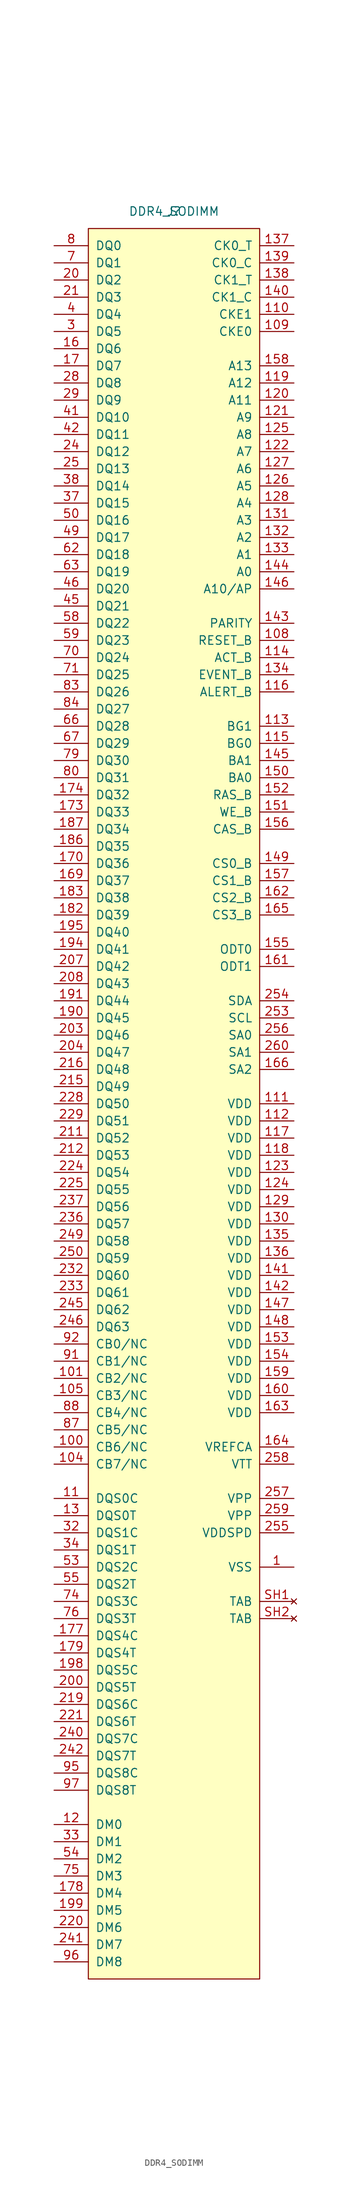
<source format=kicad_sym>
(kicad_symbol_lib
  (version 20220914)
  (generator kicad_symbol_editor)
  (symbol "DDR4_SODIMM"
    (pin_names
      (offset 1.016))
    (property "Reference" "J"
      (at 0 0 0)
      (effects (font (size 1.27 1.27))))
    (property "Value" "DDR4_SODIMM"
      (at 0 0 0)
      (effects (font (size 1.27 1.27))))
    (symbol "DDR4_SODIMM_0_1"
      (rectangle (start -12.7 -2.54) (end 12.7 -261.62) (stroke (width 0) (type default)) (fill (type background))))
    (symbol "DDR4_SODIMM_1_1"
      (pin power_in line (at 17.78 -200.66 180) (length 5.08) (name "VSS" (effects (font (size 1.27 1.27)))) (number "1" (effects (font (size 1.27 1.27)))))
      (pin power_in line (at 17.78 -200.66 180) (length 5.08) hide (name "VSS" (effects (font (size 1.27 1.27)))) (number "10" (effects (font (size 1.27 1.27)))))
      (pin bidirectional line (at -17.78 -182.88 0) (length 5.08) (name "CB6/NC" (effects (font (size 1.27 1.27)))) (number "100" (effects (font (size 1.27 1.27)))))
      (pin bidirectional line (at -17.78 -172.72 0) (length 5.08) (name "CB2/NC" (effects (font (size 1.27 1.27)))) (number "101" (effects (font (size 1.27 1.27)))))
      (pin power_in line (at 17.78 -200.66 180) (length 5.08) hide (name "VSS" (effects (font (size 1.27 1.27)))) (number "102" (effects (font (size 1.27 1.27)))))
      (pin power_in line (at 17.78 -200.66 180) (length 5.08) hide (name "VSS" (effects (font (size 1.27 1.27)))) (number "103" (effects (font (size 1.27 1.27)))))
      (pin bidirectional line (at -17.78 -185.42 0) (length 5.08) (name "CB7/NC" (effects (font (size 1.27 1.27)))) (number "104" (effects (font (size 1.27 1.27)))))
      (pin bidirectional line (at -17.78 -175.26 0) (length 5.08) (name "CB3/NC" (effects (font (size 1.27 1.27)))) (number "105" (effects (font (size 1.27 1.27)))))
      (pin power_in line (at 17.78 -200.66 180) (length 5.08) hide (name "VSS" (effects (font (size 1.27 1.27)))) (number "106" (effects (font (size 1.27 1.27)))))
      (pin power_in line (at 17.78 -200.66 180) (length 5.08) hide (name "VSS" (effects (font (size 1.27 1.27)))) (number "107" (effects (font (size 1.27 1.27)))))
      (pin input line (at 17.78 -63.5 180) (length 5.08) (name "RESET_B" (effects (font (size 1.27 1.27)))) (number "108" (effects (font (size 1.27 1.27)))))
      (pin input line (at 17.78 -17.78 180) (length 5.08) (name "CKE0" (effects (font (size 1.27 1.27)))) (number "109" (effects (font (size 1.27 1.27)))))
      (pin bidirectional line (at -17.78 -190.5 0) (length 5.08) (name "DQS0C" (effects (font (size 1.27 1.27)))) (number "11" (effects (font (size 1.27 1.27)))))
      (pin input line (at 17.78 -15.24 180) (length 5.08) (name "CKE1" (effects (font (size 1.27 1.27)))) (number "110" (effects (font (size 1.27 1.27)))))
      (pin power_in line (at 17.78 -132.08 180) (length 5.08) (name "VDD" (effects (font (size 1.27 1.27)))) (number "111" (effects (font (size 1.27 1.27)))))
      (pin power_in line (at 17.78 -134.62 180) (length 5.08) (name "VDD" (effects (font (size 1.27 1.27)))) (number "112" (effects (font (size 1.27 1.27)))))
      (pin input line (at 17.78 -76.2 180) (length 5.08) (name "BG1" (effects (font (size 1.27 1.27)))) (number "113" (effects (font (size 1.27 1.27)))))
      (pin input line (at 17.78 -66.04 180) (length 5.08) (name "ACT_B" (effects (font (size 1.27 1.27)))) (number "114" (effects (font (size 1.27 1.27)))))
      (pin input line (at 17.78 -78.74 180) (length 5.08) (name "BG0" (effects (font (size 1.27 1.27)))) (number "115" (effects (font (size 1.27 1.27)))))
      (pin input line (at 17.78 -71.12 180) (length 5.08) (name "ALERT_B" (effects (font (size 1.27 1.27)))) (number "116" (effects (font (size 1.27 1.27)))))
      (pin power_in line (at 17.78 -137.16 180) (length 5.08) (name "VDD" (effects (font (size 1.27 1.27)))) (number "117" (effects (font (size 1.27 1.27)))))
      (pin power_in line (at 17.78 -139.7 180) (length 5.08) (name "VDD" (effects (font (size 1.27 1.27)))) (number "118" (effects (font (size 1.27 1.27)))))
      (pin input line (at 17.78 -25.4 180) (length 5.08) (name "A12" (effects (font (size 1.27 1.27)))) (number "119" (effects (font (size 1.27 1.27)))))
      (pin input line (at -17.78 -238.76 0) (length 5.08) (name "DM0" (effects (font (size 1.27 1.27)))) (number "12" (effects (font (size 1.27 1.27)))))
      (pin input line (at 17.78 -27.94 180) (length 5.08) (name "A11" (effects (font (size 1.27 1.27)))) (number "120" (effects (font (size 1.27 1.27)))))
      (pin input line (at 17.78 -30.48 180) (length 5.08) (name "A9" (effects (font (size 1.27 1.27)))) (number "121" (effects (font (size 1.27 1.27)))))
      (pin input line (at 17.78 -35.56 180) (length 5.08) (name "A7" (effects (font (size 1.27 1.27)))) (number "122" (effects (font (size 1.27 1.27)))))
      (pin power_in line (at 17.78 -142.24 180) (length 5.08) (name "VDD" (effects (font (size 1.27 1.27)))) (number "123" (effects (font (size 1.27 1.27)))))
      (pin power_in line (at 17.78 -144.78 180) (length 5.08) (name "VDD" (effects (font (size 1.27 1.27)))) (number "124" (effects (font (size 1.27 1.27)))))
      (pin input line (at 17.78 -33.02 180) (length 5.08) (name "A8" (effects (font (size 1.27 1.27)))) (number "125" (effects (font (size 1.27 1.27)))))
      (pin input line (at 17.78 -40.64 180) (length 5.08) (name "A5" (effects (font (size 1.27 1.27)))) (number "126" (effects (font (size 1.27 1.27)))))
      (pin input line (at 17.78 -38.1 180) (length 5.08) (name "A6" (effects (font (size 1.27 1.27)))) (number "127" (effects (font (size 1.27 1.27)))))
      (pin input line (at 17.78 -43.18 180) (length 5.08) (name "A4" (effects (font (size 1.27 1.27)))) (number "128" (effects (font (size 1.27 1.27)))))
      (pin power_in line (at 17.78 -147.32 180) (length 5.08) (name "VDD" (effects (font (size 1.27 1.27)))) (number "129" (effects (font (size 1.27 1.27)))))
      (pin bidirectional line (at -17.78 -193.04 0) (length 5.08) (name "DQS0T" (effects (font (size 1.27 1.27)))) (number "13" (effects (font (size 1.27 1.27)))))
      (pin power_in line (at 17.78 -149.86 180) (length 5.08) (name "VDD" (effects (font (size 1.27 1.27)))) (number "130" (effects (font (size 1.27 1.27)))))
      (pin input line (at 17.78 -45.72 180) (length 5.08) (name "A3" (effects (font (size 1.27 1.27)))) (number "131" (effects (font (size 1.27 1.27)))))
      (pin input line (at 17.78 -48.26 180) (length 5.08) (name "A2" (effects (font (size 1.27 1.27)))) (number "132" (effects (font (size 1.27 1.27)))))
      (pin input line (at 17.78 -50.8 180) (length 5.08) (name "A1" (effects (font (size 1.27 1.27)))) (number "133" (effects (font (size 1.27 1.27)))))
      (pin input line (at 17.78 -68.58 180) (length 5.08) (name "EVENT_B" (effects (font (size 1.27 1.27)))) (number "134" (effects (font (size 1.27 1.27)))))
      (pin power_in line (at 17.78 -152.4 180) (length 5.08) (name "VDD" (effects (font (size 1.27 1.27)))) (number "135" (effects (font (size 1.27 1.27)))))
      (pin power_in line (at 17.78 -154.94 180) (length 5.08) (name "VDD" (effects (font (size 1.27 1.27)))) (number "136" (effects (font (size 1.27 1.27)))))
      (pin input line (at 17.78 -5.08 180) (length 5.08) (name "CK0_T" (effects (font (size 1.27 1.27)))) (number "137" (effects (font (size 1.27 1.27)))))
      (pin input line (at 17.78 -10.16 180) (length 5.08) (name "CK1_T" (effects (font (size 1.27 1.27)))) (number "138" (effects (font (size 1.27 1.27)))))
      (pin input line (at 17.78 -7.62 180) (length 5.08) (name "CK0_C" (effects (font (size 1.27 1.27)))) (number "139" (effects (font (size 1.27 1.27)))))
      (pin power_in line (at 17.78 -200.66 180) (length 5.08) hide (name "VSS" (effects (font (size 1.27 1.27)))) (number "14" (effects (font (size 1.27 1.27)))))
      (pin input line (at 17.78 -12.7 180) (length 5.08) (name "CK1_C" (effects (font (size 1.27 1.27)))) (number "140" (effects (font (size 1.27 1.27)))))
      (pin power_in line (at 17.78 -157.48 180) (length 5.08) (name "VDD" (effects (font (size 1.27 1.27)))) (number "141" (effects (font (size 1.27 1.27)))))
      (pin power_in line (at 17.78 -160.02 180) (length 5.08) (name "VDD" (effects (font (size 1.27 1.27)))) (number "142" (effects (font (size 1.27 1.27)))))
      (pin input line (at 17.78 -60.96 180) (length 5.08) (name "PARITY" (effects (font (size 1.27 1.27)))) (number "143" (effects (font (size 1.27 1.27)))))
      (pin input line (at 17.78 -53.34 180) (length 5.08) (name "A0" (effects (font (size 1.27 1.27)))) (number "144" (effects (font (size 1.27 1.27)))))
      (pin input line (at 17.78 -81.28 180) (length 5.08) (name "BA1" (effects (font (size 1.27 1.27)))) (number "145" (effects (font (size 1.27 1.27)))))
      (pin input line (at 17.78 -55.88 180) (length 5.08) (name "A10/AP" (effects (font (size 1.27 1.27)))) (number "146" (effects (font (size 1.27 1.27)))))
      (pin power_in line (at 17.78 -162.56 180) (length 5.08) (name "VDD" (effects (font (size 1.27 1.27)))) (number "147" (effects (font (size 1.27 1.27)))))
      (pin power_in line (at 17.78 -165.1 180) (length 5.08) (name "VDD" (effects (font (size 1.27 1.27)))) (number "148" (effects (font (size 1.27 1.27)))))
      (pin input line (at 17.78 -96.52 180) (length 5.08) (name "CS0_B" (effects (font (size 1.27 1.27)))) (number "149" (effects (font (size 1.27 1.27)))))
      (pin power_in line (at 17.78 -200.66 180) (length 5.08) hide (name "VSS" (effects (font (size 1.27 1.27)))) (number "15" (effects (font (size 1.27 1.27)))))
      (pin input line (at 17.78 -83.82 180) (length 5.08) (name "BA0" (effects (font (size 1.27 1.27)))) (number "150" (effects (font (size 1.27 1.27)))))
      (pin input line (at 17.78 -88.9 180) (length 5.08) (name "WE_B" (effects (font (size 1.27 1.27)))) (number "151" (effects (font (size 1.27 1.27)))))
      (pin input line (at 17.78 -86.36 180) (length 5.08) (name "RAS_B" (effects (font (size 1.27 1.27)))) (number "152" (effects (font (size 1.27 1.27)))))
      (pin power_in line (at 17.78 -167.64 180) (length 5.08) (name "VDD" (effects (font (size 1.27 1.27)))) (number "153" (effects (font (size 1.27 1.27)))))
      (pin power_in line (at 17.78 -170.18 180) (length 5.08) (name "VDD" (effects (font (size 1.27 1.27)))) (number "154" (effects (font (size 1.27 1.27)))))
      (pin input line (at 17.78 -109.22 180) (length 5.08) (name "ODT0" (effects (font (size 1.27 1.27)))) (number "155" (effects (font (size 1.27 1.27)))))
      (pin input line (at 17.78 -91.44 180) (length 5.08) (name "CAS_B" (effects (font (size 1.27 1.27)))) (number "156" (effects (font (size 1.27 1.27)))))
      (pin input line (at 17.78 -99.06 180) (length 5.08) (name "CS1_B" (effects (font (size 1.27 1.27)))) (number "157" (effects (font (size 1.27 1.27)))))
      (pin input line (at 17.78 -22.86 180) (length 5.08) (name "A13" (effects (font (size 1.27 1.27)))) (number "158" (effects (font (size 1.27 1.27)))))
      (pin power_in line (at 17.78 -172.72 180) (length 5.08) (name "VDD" (effects (font (size 1.27 1.27)))) (number "159" (effects (font (size 1.27 1.27)))))
      (pin bidirectional line (at -17.78 -20.32 0) (length 5.08) (name "DQ6" (effects (font (size 1.27 1.27)))) (number "16" (effects (font (size 1.27 1.27)))))
      (pin power_in line (at 17.78 -175.26 180) (length 5.08) (name "VDD" (effects (font (size 1.27 1.27)))) (number "160" (effects (font (size 1.27 1.27)))))
      (pin input line (at 17.78 -111.76 180) (length 5.08) (name "ODT1" (effects (font (size 1.27 1.27)))) (number "161" (effects (font (size 1.27 1.27)))))
      (pin input line (at 17.78 -101.6 180) (length 5.08) (name "CS2_B" (effects (font (size 1.27 1.27)))) (number "162" (effects (font (size 1.27 1.27)))))
      (pin power_in line (at 17.78 -177.8 180) (length 5.08) (name "VDD" (effects (font (size 1.27 1.27)))) (number "163" (effects (font (size 1.27 1.27)))))
      (pin power_in line (at 17.78 -182.88 180) (length 5.08) (name "VREFCA" (effects (font (size 1.27 1.27)))) (number "164" (effects (font (size 1.27 1.27)))))
      (pin input line (at 17.78 -104.14 180) (length 5.08) (name "CS3_B" (effects (font (size 1.27 1.27)))) (number "165" (effects (font (size 1.27 1.27)))))
      (pin bidirectional line (at 17.78 -127 180) (length 5.08) (name "SA2" (effects (font (size 1.27 1.27)))) (number "166" (effects (font (size 1.27 1.27)))))
      (pin power_in line (at 17.78 -200.66 180) (length 5.08) hide (name "VSS" (effects (font (size 1.27 1.27)))) (number "167" (effects (font (size 1.27 1.27)))))
      (pin power_in line (at 17.78 -200.66 180) (length 5.08) hide (name "VSS" (effects (font (size 1.27 1.27)))) (number "168" (effects (font (size 1.27 1.27)))))
      (pin bidirectional line (at -17.78 -99.06 0) (length 5.08) (name "DQ37" (effects (font (size 1.27 1.27)))) (number "169" (effects (font (size 1.27 1.27)))))
      (pin bidirectional line (at -17.78 -22.86 0) (length 5.08) (name "DQ7" (effects (font (size 1.27 1.27)))) (number "17" (effects (font (size 1.27 1.27)))))
      (pin bidirectional line (at -17.78 -96.52 0) (length 5.08) (name "DQ36" (effects (font (size 1.27 1.27)))) (number "170" (effects (font (size 1.27 1.27)))))
      (pin power_in line (at 17.78 -200.66 180) (length 5.08) hide (name "VSS" (effects (font (size 1.27 1.27)))) (number "171" (effects (font (size 1.27 1.27)))))
      (pin power_in line (at 17.78 -200.66 180) (length 5.08) hide (name "VSS" (effects (font (size 1.27 1.27)))) (number "172" (effects (font (size 1.27 1.27)))))
      (pin bidirectional line (at -17.78 -88.9 0) (length 5.08) (name "DQ33" (effects (font (size 1.27 1.27)))) (number "173" (effects (font (size 1.27 1.27)))))
      (pin bidirectional line (at -17.78 -86.36 0) (length 5.08) (name "DQ32" (effects (font (size 1.27 1.27)))) (number "174" (effects (font (size 1.27 1.27)))))
      (pin power_in line (at 17.78 -200.66 180) (length 5.08) hide (name "VSS" (effects (font (size 1.27 1.27)))) (number "175" (effects (font (size 1.27 1.27)))))
      (pin power_in line (at 17.78 -200.66 180) (length 5.08) hide (name "VSS" (effects (font (size 1.27 1.27)))) (number "176" (effects (font (size 1.27 1.27)))))
      (pin bidirectional line (at -17.78 -210.82 0) (length 5.08) (name "DQS4C" (effects (font (size 1.27 1.27)))) (number "177" (effects (font (size 1.27 1.27)))))
      (pin input line (at -17.78 -248.92 0) (length 5.08) (name "DM4" (effects (font (size 1.27 1.27)))) (number "178" (effects (font (size 1.27 1.27)))))
      (pin bidirectional line (at -17.78 -213.36 0) (length 5.08) (name "DQS4T" (effects (font (size 1.27 1.27)))) (number "179" (effects (font (size 1.27 1.27)))))
      (pin power_in line (at 17.78 -200.66 180) (length 5.08) hide (name "VSS" (effects (font (size 1.27 1.27)))) (number "18" (effects (font (size 1.27 1.27)))))
      (pin power_in line (at 17.78 -200.66 180) (length 5.08) hide (name "VSS" (effects (font (size 1.27 1.27)))) (number "180" (effects (font (size 1.27 1.27)))))
      (pin power_in line (at 17.78 -200.66 180) (length 5.08) hide (name "VSS" (effects (font (size 1.27 1.27)))) (number "181" (effects (font (size 1.27 1.27)))))
      (pin bidirectional line (at -17.78 -104.14 0) (length 5.08) (name "DQ39" (effects (font (size 1.27 1.27)))) (number "182" (effects (font (size 1.27 1.27)))))
      (pin bidirectional line (at -17.78 -101.6 0) (length 5.08) (name "DQ38" (effects (font (size 1.27 1.27)))) (number "183" (effects (font (size 1.27 1.27)))))
      (pin power_in line (at 17.78 -200.66 180) (length 5.08) hide (name "VSS" (effects (font (size 1.27 1.27)))) (number "184" (effects (font (size 1.27 1.27)))))
      (pin power_in line (at 17.78 -200.66 180) (length 5.08) hide (name "VSS" (effects (font (size 1.27 1.27)))) (number "185" (effects (font (size 1.27 1.27)))))
      (pin bidirectional line (at -17.78 -93.98 0) (length 5.08) (name "DQ35" (effects (font (size 1.27 1.27)))) (number "186" (effects (font (size 1.27 1.27)))))
      (pin bidirectional line (at -17.78 -91.44 0) (length 5.08) (name "DQ34" (effects (font (size 1.27 1.27)))) (number "187" (effects (font (size 1.27 1.27)))))
      (pin power_in line (at 17.78 -200.66 180) (length 5.08) hide (name "VSS" (effects (font (size 1.27 1.27)))) (number "188" (effects (font (size 1.27 1.27)))))
      (pin power_in line (at 17.78 -200.66 180) (length 5.08) hide (name "VSS" (effects (font (size 1.27 1.27)))) (number "189" (effects (font (size 1.27 1.27)))))
      (pin power_in line (at 17.78 -200.66 180) (length 5.08) hide (name "VSS" (effects (font (size 1.27 1.27)))) (number "19" (effects (font (size 1.27 1.27)))))
      (pin bidirectional line (at -17.78 -119.38 0) (length 5.08) (name "DQ45" (effects (font (size 1.27 1.27)))) (number "190" (effects (font (size 1.27 1.27)))))
      (pin bidirectional line (at -17.78 -116.84 0) (length 5.08) (name "DQ44" (effects (font (size 1.27 1.27)))) (number "191" (effects (font (size 1.27 1.27)))))
      (pin power_in line (at 17.78 -200.66 180) (length 5.08) hide (name "VSS" (effects (font (size 1.27 1.27)))) (number "192" (effects (font (size 1.27 1.27)))))
      (pin power_in line (at 17.78 -200.66 180) (length 5.08) hide (name "VSS" (effects (font (size 1.27 1.27)))) (number "193" (effects (font (size 1.27 1.27)))))
      (pin bidirectional line (at -17.78 -109.22 0) (length 5.08) (name "DQ41" (effects (font (size 1.27 1.27)))) (number "194" (effects (font (size 1.27 1.27)))))
      (pin bidirectional line (at -17.78 -106.68 0) (length 5.08) (name "DQ40" (effects (font (size 1.27 1.27)))) (number "195" (effects (font (size 1.27 1.27)))))
      (pin power_in line (at 17.78 -200.66 180) (length 5.08) hide (name "VSS" (effects (font (size 1.27 1.27)))) (number "196" (effects (font (size 1.27 1.27)))))
      (pin power_in line (at 17.78 -200.66 180) (length 5.08) hide (name "VSS" (effects (font (size 1.27 1.27)))) (number "197" (effects (font (size 1.27 1.27)))))
      (pin bidirectional line (at -17.78 -215.9 0) (length 5.08) (name "DQS5C" (effects (font (size 1.27 1.27)))) (number "198" (effects (font (size 1.27 1.27)))))
      (pin input line (at -17.78 -251.46 0) (length 5.08) (name "DM5" (effects (font (size 1.27 1.27)))) (number "199" (effects (font (size 1.27 1.27)))))
      (pin power_in line (at 17.78 -200.66 180) (length 5.08) hide (name "VSS" (effects (font (size 1.27 1.27)))) (number "2" (effects (font (size 1.27 1.27)))))
      (pin bidirectional line (at -17.78 -10.16 0) (length 5.08) (name "DQ2" (effects (font (size 1.27 1.27)))) (number "20" (effects (font (size 1.27 1.27)))))
      (pin bidirectional line (at -17.78 -218.44 0) (length 5.08) (name "DQS5T" (effects (font (size 1.27 1.27)))) (number "200" (effects (font (size 1.27 1.27)))))
      (pin power_in line (at 17.78 -200.66 180) (length 5.08) hide (name "VSS" (effects (font (size 1.27 1.27)))) (number "201" (effects (font (size 1.27 1.27)))))
      (pin power_in line (at 17.78 -200.66 180) (length 5.08) hide (name "VSS" (effects (font (size 1.27 1.27)))) (number "202" (effects (font (size 1.27 1.27)))))
      (pin bidirectional line (at -17.78 -121.92 0) (length 5.08) (name "DQ46" (effects (font (size 1.27 1.27)))) (number "203" (effects (font (size 1.27 1.27)))))
      (pin bidirectional line (at -17.78 -124.46 0) (length 5.08) (name "DQ47" (effects (font (size 1.27 1.27)))) (number "204" (effects (font (size 1.27 1.27)))))
      (pin power_in line (at 17.78 -200.66 180) (length 5.08) hide (name "VSS" (effects (font (size 1.27 1.27)))) (number "205" (effects (font (size 1.27 1.27)))))
      (pin power_in line (at 17.78 -200.66 180) (length 5.08) hide (name "VSS" (effects (font (size 1.27 1.27)))) (number "206" (effects (font (size 1.27 1.27)))))
      (pin bidirectional line (at -17.78 -111.76 0) (length 5.08) (name "DQ42" (effects (font (size 1.27 1.27)))) (number "207" (effects (font (size 1.27 1.27)))))
      (pin bidirectional line (at -17.78 -114.3 0) (length 5.08) (name "DQ43" (effects (font (size 1.27 1.27)))) (number "208" (effects (font (size 1.27 1.27)))))
      (pin power_in line (at 17.78 -200.66 180) (length 5.08) hide (name "VSS" (effects (font (size 1.27 1.27)))) (number "209" (effects (font (size 1.27 1.27)))))
      (pin bidirectional line (at -17.78 -12.7 0) (length 5.08) (name "DQ3" (effects (font (size 1.27 1.27)))) (number "21" (effects (font (size 1.27 1.27)))))
      (pin power_in line (at 17.78 -200.66 180) (length 5.08) hide (name "VSS" (effects (font (size 1.27 1.27)))) (number "210" (effects (font (size 1.27 1.27)))))
      (pin bidirectional line (at -17.78 -137.16 0) (length 5.08) (name "DQ52" (effects (font (size 1.27 1.27)))) (number "211" (effects (font (size 1.27 1.27)))))
      (pin bidirectional line (at -17.78 -139.7 0) (length 5.08) (name "DQ53" (effects (font (size 1.27 1.27)))) (number "212" (effects (font (size 1.27 1.27)))))
      (pin power_in line (at 17.78 -200.66 180) (length 5.08) hide (name "VSS" (effects (font (size 1.27 1.27)))) (number "213" (effects (font (size 1.27 1.27)))))
      (pin power_in line (at 17.78 -200.66 180) (length 5.08) hide (name "VSS" (effects (font (size 1.27 1.27)))) (number "214" (effects (font (size 1.27 1.27)))))
      (pin bidirectional line (at -17.78 -129.54 0) (length 5.08) (name "DQ49" (effects (font (size 1.27 1.27)))) (number "215" (effects (font (size 1.27 1.27)))))
      (pin bidirectional line (at -17.78 -127 0) (length 5.08) (name "DQ48" (effects (font (size 1.27 1.27)))) (number "216" (effects (font (size 1.27 1.27)))))
      (pin power_in line (at 17.78 -200.66 180) (length 5.08) hide (name "VSS" (effects (font (size 1.27 1.27)))) (number "217" (effects (font (size 1.27 1.27)))))
      (pin power_in line (at 17.78 -200.66 180) (length 5.08) hide (name "VSS" (effects (font (size 1.27 1.27)))) (number "218" (effects (font (size 1.27 1.27)))))
      (pin bidirectional line (at -17.78 -220.98 0) (length 5.08) (name "DQS6C" (effects (font (size 1.27 1.27)))) (number "219" (effects (font (size 1.27 1.27)))))
      (pin power_in line (at 17.78 -200.66 180) (length 5.08) hide (name "VSS" (effects (font (size 1.27 1.27)))) (number "22" (effects (font (size 1.27 1.27)))))
      (pin input line (at -17.78 -254 0) (length 5.08) (name "DM6" (effects (font (size 1.27 1.27)))) (number "220" (effects (font (size 1.27 1.27)))))
      (pin bidirectional line (at -17.78 -223.52 0) (length 5.08) (name "DQS6T" (effects (font (size 1.27 1.27)))) (number "221" (effects (font (size 1.27 1.27)))))
      (pin power_in line (at 17.78 -200.66 180) (length 5.08) hide (name "VSS" (effects (font (size 1.27 1.27)))) (number "222" (effects (font (size 1.27 1.27)))))
      (pin power_in line (at 17.78 -200.66 180) (length 5.08) hide (name "VSS" (effects (font (size 1.27 1.27)))) (number "223" (effects (font (size 1.27 1.27)))))
      (pin bidirectional line (at -17.78 -142.24 0) (length 5.08) (name "DQ54" (effects (font (size 1.27 1.27)))) (number "224" (effects (font (size 1.27 1.27)))))
      (pin bidirectional line (at -17.78 -144.78 0) (length 5.08) (name "DQ55" (effects (font (size 1.27 1.27)))) (number "225" (effects (font (size 1.27 1.27)))))
      (pin power_in line (at 17.78 -200.66 180) (length 5.08) hide (name "VSS" (effects (font (size 1.27 1.27)))) (number "226" (effects (font (size 1.27 1.27)))))
      (pin power_in line (at 17.78 -200.66 180) (length 5.08) hide (name "VSS" (effects (font (size 1.27 1.27)))) (number "227" (effects (font (size 1.27 1.27)))))
      (pin bidirectional line (at -17.78 -132.08 0) (length 5.08) (name "DQ50" (effects (font (size 1.27 1.27)))) (number "228" (effects (font (size 1.27 1.27)))))
      (pin bidirectional line (at -17.78 -134.62 0) (length 5.08) (name "DQ51" (effects (font (size 1.27 1.27)))) (number "229" (effects (font (size 1.27 1.27)))))
      (pin power_in line (at 17.78 -200.66 180) (length 5.08) hide (name "VSS" (effects (font (size 1.27 1.27)))) (number "23" (effects (font (size 1.27 1.27)))))
      (pin power_in line (at 17.78 -200.66 180) (length 5.08) hide (name "VSS" (effects (font (size 1.27 1.27)))) (number "230" (effects (font (size 1.27 1.27)))))
      (pin power_in line (at 17.78 -200.66 180) (length 5.08) hide (name "VSS" (effects (font (size 1.27 1.27)))) (number "231" (effects (font (size 1.27 1.27)))))
      (pin bidirectional line (at -17.78 -157.48 0) (length 5.08) (name "DQ60" (effects (font (size 1.27 1.27)))) (number "232" (effects (font (size 1.27 1.27)))))
      (pin bidirectional line (at -17.78 -160.02 0) (length 5.08) (name "DQ61" (effects (font (size 1.27 1.27)))) (number "233" (effects (font (size 1.27 1.27)))))
      (pin power_in line (at 17.78 -200.66 180) (length 5.08) hide (name "VSS" (effects (font (size 1.27 1.27)))) (number "234" (effects (font (size 1.27 1.27)))))
      (pin power_in line (at 17.78 -200.66 180) (length 5.08) hide (name "VSS" (effects (font (size 1.27 1.27)))) (number "235" (effects (font (size 1.27 1.27)))))
      (pin bidirectional line (at -17.78 -149.86 0) (length 5.08) (name "DQ57" (effects (font (size 1.27 1.27)))) (number "236" (effects (font (size 1.27 1.27)))))
      (pin bidirectional line (at -17.78 -147.32 0) (length 5.08) (name "DQ56" (effects (font (size 1.27 1.27)))) (number "237" (effects (font (size 1.27 1.27)))))
      (pin power_in line (at 17.78 -200.66 180) (length 5.08) hide (name "VSS" (effects (font (size 1.27 1.27)))) (number "238" (effects (font (size 1.27 1.27)))))
      (pin power_in line (at 17.78 -200.66 180) (length 5.08) hide (name "VSS" (effects (font (size 1.27 1.27)))) (number "239" (effects (font (size 1.27 1.27)))))
      (pin bidirectional line (at -17.78 -35.56 0) (length 5.08) (name "DQ12" (effects (font (size 1.27 1.27)))) (number "24" (effects (font (size 1.27 1.27)))))
      (pin bidirectional line (at -17.78 -226.06 0) (length 5.08) (name "DQS7C" (effects (font (size 1.27 1.27)))) (number "240" (effects (font (size 1.27 1.27)))))
      (pin input line (at -17.78 -256.54 0) (length 5.08) (name "DM7" (effects (font (size 1.27 1.27)))) (number "241" (effects (font (size 1.27 1.27)))))
      (pin bidirectional line (at -17.78 -228.6 0) (length 5.08) (name "DQS7T" (effects (font (size 1.27 1.27)))) (number "242" (effects (font (size 1.27 1.27)))))
      (pin power_in line (at 17.78 -200.66 180) (length 5.08) hide (name "VSS" (effects (font (size 1.27 1.27)))) (number "243" (effects (font (size 1.27 1.27)))))
      (pin power_in line (at 17.78 -200.66 180) (length 5.08) hide (name "VSS" (effects (font (size 1.27 1.27)))) (number "244" (effects (font (size 1.27 1.27)))))
      (pin bidirectional line (at -17.78 -162.56 0) (length 5.08) (name "DQ62" (effects (font (size 1.27 1.27)))) (number "245" (effects (font (size 1.27 1.27)))))
      (pin bidirectional line (at -17.78 -165.1 0) (length 5.08) (name "DQ63" (effects (font (size 1.27 1.27)))) (number "246" (effects (font (size 1.27 1.27)))))
      (pin power_in line (at 17.78 -200.66 180) (length 5.08) hide (name "VSS" (effects (font (size 1.27 1.27)))) (number "247" (effects (font (size 1.27 1.27)))))
      (pin power_in line (at 17.78 -200.66 180) (length 5.08) hide (name "VSS" (effects (font (size 1.27 1.27)))) (number "248" (effects (font (size 1.27 1.27)))))
      (pin bidirectional line (at -17.78 -152.4 0) (length 5.08) (name "DQ58" (effects (font (size 1.27 1.27)))) (number "249" (effects (font (size 1.27 1.27)))))
      (pin bidirectional line (at -17.78 -38.1 0) (length 5.08) (name "DQ13" (effects (font (size 1.27 1.27)))) (number "25" (effects (font (size 1.27 1.27)))))
      (pin bidirectional line (at -17.78 -154.94 0) (length 5.08) (name "DQ59" (effects (font (size 1.27 1.27)))) (number "250" (effects (font (size 1.27 1.27)))))
      (pin power_in line (at 17.78 -200.66 180) (length 5.08) hide (name "VSS" (effects (font (size 1.27 1.27)))) (number "251" (effects (font (size 1.27 1.27)))))
      (pin power_in line (at 17.78 -200.66 180) (length 5.08) hide (name "VSS" (effects (font (size 1.27 1.27)))) (number "252" (effects (font (size 1.27 1.27)))))
      (pin bidirectional line (at 17.78 -119.38 180) (length 5.08) (name "SCL" (effects (font (size 1.27 1.27)))) (number "253" (effects (font (size 1.27 1.27)))))
      (pin bidirectional line (at 17.78 -116.84 180) (length 5.08) (name "SDA" (effects (font (size 1.27 1.27)))) (number "254" (effects (font (size 1.27 1.27)))))
      (pin power_in line (at 17.78 -195.58 180) (length 5.08) (name "VDDSPD" (effects (font (size 1.27 1.27)))) (number "255" (effects (font (size 1.27 1.27)))))
      (pin bidirectional line (at 17.78 -121.92 180) (length 5.08) (name "SA0" (effects (font (size 1.27 1.27)))) (number "256" (effects (font (size 1.27 1.27)))))
      (pin power_in line (at 17.78 -190.5 180) (length 5.08) (name "VPP" (effects (font (size 1.27 1.27)))) (number "257" (effects (font (size 1.27 1.27)))))
      (pin power_in line (at 17.78 -185.42 180) (length 5.08) (name "VTT" (effects (font (size 1.27 1.27)))) (number "258" (effects (font (size 1.27 1.27)))))
      (pin power_in line (at 17.78 -193.04 180) (length 5.08) (name "VPP" (effects (font (size 1.27 1.27)))) (number "259" (effects (font (size 1.27 1.27)))))
      (pin power_in line (at 17.78 -200.66 180) (length 5.08) hide (name "VSS" (effects (font (size 1.27 1.27)))) (number "26" (effects (font (size 1.27 1.27)))))
      (pin bidirectional line (at 17.78 -124.46 180) (length 5.08) (name "SA1" (effects (font (size 1.27 1.27)))) (number "260" (effects (font (size 1.27 1.27)))))
      (pin power_in line (at 17.78 -200.66 180) (length 5.08) hide (name "VSS" (effects (font (size 1.27 1.27)))) (number "27" (effects (font (size 1.27 1.27)))))
      (pin bidirectional line (at -17.78 -25.4 0) (length 5.08) (name "DQ8" (effects (font (size 1.27 1.27)))) (number "28" (effects (font (size 1.27 1.27)))))
      (pin bidirectional line (at -17.78 -27.94 0) (length 5.08) (name "DQ9" (effects (font (size 1.27 1.27)))) (number "29" (effects (font (size 1.27 1.27)))))
      (pin bidirectional line (at -17.78 -17.78 0) (length 5.08) (name "DQ5" (effects (font (size 1.27 1.27)))) (number "3" (effects (font (size 1.27 1.27)))))
      (pin power_in line (at 17.78 -200.66 180) (length 5.08) hide (name "VSS" (effects (font (size 1.27 1.27)))) (number "30" (effects (font (size 1.27 1.27)))))
      (pin power_in line (at 17.78 -200.66 180) (length 5.08) hide (name "VSS" (effects (font (size 1.27 1.27)))) (number "31" (effects (font (size 1.27 1.27)))))
      (pin bidirectional line (at -17.78 -195.58 0) (length 5.08) (name "DQS1C" (effects (font (size 1.27 1.27)))) (number "32" (effects (font (size 1.27 1.27)))))
      (pin input line (at -17.78 -241.3 0) (length 5.08) (name "DM1" (effects (font (size 1.27 1.27)))) (number "33" (effects (font (size 1.27 1.27)))))
      (pin bidirectional line (at -17.78 -198.12 0) (length 5.08) (name "DQS1T" (effects (font (size 1.27 1.27)))) (number "34" (effects (font (size 1.27 1.27)))))
      (pin power_in line (at 17.78 -200.66 180) (length 5.08) hide (name "VSS" (effects (font (size 1.27 1.27)))) (number "35" (effects (font (size 1.27 1.27)))))
      (pin power_in line (at 17.78 -200.66 180) (length 5.08) hide (name "VSS" (effects (font (size 1.27 1.27)))) (number "36" (effects (font (size 1.27 1.27)))))
      (pin bidirectional line (at -17.78 -43.18 0) (length 5.08) (name "DQ15" (effects (font (size 1.27 1.27)))) (number "37" (effects (font (size 1.27 1.27)))))
      (pin bidirectional line (at -17.78 -40.64 0) (length 5.08) (name "DQ14" (effects (font (size 1.27 1.27)))) (number "38" (effects (font (size 1.27 1.27)))))
      (pin power_in line (at 17.78 -200.66 180) (length 5.08) hide (name "VSS" (effects (font (size 1.27 1.27)))) (number "39" (effects (font (size 1.27 1.27)))))
      (pin bidirectional line (at -17.78 -15.24 0) (length 5.08) (name "DQ4" (effects (font (size 1.27 1.27)))) (number "4" (effects (font (size 1.27 1.27)))))
      (pin power_in line (at 17.78 -200.66 180) (length 5.08) hide (name "VSS" (effects (font (size 1.27 1.27)))) (number "40" (effects (font (size 1.27 1.27)))))
      (pin bidirectional line (at -17.78 -30.48 0) (length 5.08) (name "DQ10" (effects (font (size 1.27 1.27)))) (number "41" (effects (font (size 1.27 1.27)))))
      (pin bidirectional line (at -17.78 -33.02 0) (length 5.08) (name "DQ11" (effects (font (size 1.27 1.27)))) (number "42" (effects (font (size 1.27 1.27)))))
      (pin power_in line (at 17.78 -200.66 180) (length 5.08) hide (name "VSS" (effects (font (size 1.27 1.27)))) (number "43" (effects (font (size 1.27 1.27)))))
      (pin power_in line (at 17.78 -200.66 180) (length 5.08) hide (name "VSS" (effects (font (size 1.27 1.27)))) (number "44" (effects (font (size 1.27 1.27)))))
      (pin bidirectional line (at -17.78 -58.42 0) (length 5.08) (name "DQ21" (effects (font (size 1.27 1.27)))) (number "45" (effects (font (size 1.27 1.27)))))
      (pin bidirectional line (at -17.78 -55.88 0) (length 5.08) (name "DQ20" (effects (font (size 1.27 1.27)))) (number "46" (effects (font (size 1.27 1.27)))))
      (pin power_in line (at 17.78 -200.66 180) (length 5.08) hide (name "VSS" (effects (font (size 1.27 1.27)))) (number "47" (effects (font (size 1.27 1.27)))))
      (pin power_in line (at 17.78 -200.66 180) (length 5.08) hide (name "VSS" (effects (font (size 1.27 1.27)))) (number "48" (effects (font (size 1.27 1.27)))))
      (pin bidirectional line (at -17.78 -48.26 0) (length 5.08) (name "DQ17" (effects (font (size 1.27 1.27)))) (number "49" (effects (font (size 1.27 1.27)))))
      (pin power_in line (at 17.78 -200.66 180) (length 5.08) hide (name "VSS" (effects (font (size 1.27 1.27)))) (number "5" (effects (font (size 1.27 1.27)))))
      (pin bidirectional line (at -17.78 -45.72 0) (length 5.08) (name "DQ16" (effects (font (size 1.27 1.27)))) (number "50" (effects (font (size 1.27 1.27)))))
      (pin power_in line (at 17.78 -200.66 180) (length 5.08) hide (name "VSS" (effects (font (size 1.27 1.27)))) (number "51" (effects (font (size 1.27 1.27)))))
      (pin power_in line (at 17.78 -200.66 180) (length 5.08) hide (name "VSS" (effects (font (size 1.27 1.27)))) (number "52" (effects (font (size 1.27 1.27)))))
      (pin bidirectional line (at -17.78 -200.66 0) (length 5.08) (name "DQS2C" (effects (font (size 1.27 1.27)))) (number "53" (effects (font (size 1.27 1.27)))))
      (pin input line (at -17.78 -243.84 0) (length 5.08) (name "DM2" (effects (font (size 1.27 1.27)))) (number "54" (effects (font (size 1.27 1.27)))))
      (pin bidirectional line (at -17.78 -203.2 0) (length 5.08) (name "DQS2T" (effects (font (size 1.27 1.27)))) (number "55" (effects (font (size 1.27 1.27)))))
      (pin power_in line (at 17.78 -200.66 180) (length 5.08) hide (name "VSS" (effects (font (size 1.27 1.27)))) (number "56" (effects (font (size 1.27 1.27)))))
      (pin power_in line (at 17.78 -200.66 180) (length 5.08) hide (name "VSS" (effects (font (size 1.27 1.27)))) (number "57" (effects (font (size 1.27 1.27)))))
      (pin bidirectional line (at -17.78 -60.96 0) (length 5.08) (name "DQ22" (effects (font (size 1.27 1.27)))) (number "58" (effects (font (size 1.27 1.27)))))
      (pin bidirectional line (at -17.78 -63.5 0) (length 5.08) (name "DQ23" (effects (font (size 1.27 1.27)))) (number "59" (effects (font (size 1.27 1.27)))))
      (pin power_in line (at 17.78 -200.66 180) (length 5.08) hide (name "VSS" (effects (font (size 1.27 1.27)))) (number "6" (effects (font (size 1.27 1.27)))))
      (pin power_in line (at 17.78 -200.66 180) (length 5.08) hide (name "VSS" (effects (font (size 1.27 1.27)))) (number "60" (effects (font (size 1.27 1.27)))))
      (pin power_in line (at 17.78 -200.66 180) (length 5.08) hide (name "VSS" (effects (font (size 1.27 1.27)))) (number "61" (effects (font (size 1.27 1.27)))))
      (pin bidirectional line (at -17.78 -50.8 0) (length 5.08) (name "DQ18" (effects (font (size 1.27 1.27)))) (number "62" (effects (font (size 1.27 1.27)))))
      (pin bidirectional line (at -17.78 -53.34 0) (length 5.08) (name "DQ19" (effects (font (size 1.27 1.27)))) (number "63" (effects (font (size 1.27 1.27)))))
      (pin power_in line (at 17.78 -200.66 180) (length 5.08) hide (name "VSS" (effects (font (size 1.27 1.27)))) (number "64" (effects (font (size 1.27 1.27)))))
      (pin power_in line (at 17.78 -200.66 180) (length 5.08) hide (name "VSS" (effects (font (size 1.27 1.27)))) (number "65" (effects (font (size 1.27 1.27)))))
      (pin bidirectional line (at -17.78 -76.2 0) (length 5.08) (name "DQ28" (effects (font (size 1.27 1.27)))) (number "66" (effects (font (size 1.27 1.27)))))
      (pin bidirectional line (at -17.78 -78.74 0) (length 5.08) (name "DQ29" (effects (font (size 1.27 1.27)))) (number "67" (effects (font (size 1.27 1.27)))))
      (pin power_in line (at 17.78 -200.66 180) (length 5.08) hide (name "VSS" (effects (font (size 1.27 1.27)))) (number "68" (effects (font (size 1.27 1.27)))))
      (pin power_in line (at 17.78 -200.66 180) (length 5.08) hide (name "VSS" (effects (font (size 1.27 1.27)))) (number "69" (effects (font (size 1.27 1.27)))))
      (pin bidirectional line (at -17.78 -7.62 0) (length 5.08) (name "DQ1" (effects (font (size 1.27 1.27)))) (number "7" (effects (font (size 1.27 1.27)))))
      (pin bidirectional line (at -17.78 -66.04 0) (length 5.08) (name "DQ24" (effects (font (size 1.27 1.27)))) (number "70" (effects (font (size 1.27 1.27)))))
      (pin bidirectional line (at -17.78 -68.58 0) (length 5.08) (name "DQ25" (effects (font (size 1.27 1.27)))) (number "71" (effects (font (size 1.27 1.27)))))
      (pin power_in line (at 17.78 -200.66 180) (length 5.08) hide (name "VSS" (effects (font (size 1.27 1.27)))) (number "72" (effects (font (size 1.27 1.27)))))
      (pin power_in line (at 17.78 -200.66 180) (length 5.08) hide (name "VSS" (effects (font (size 1.27 1.27)))) (number "73" (effects (font (size 1.27 1.27)))))
      (pin bidirectional line (at -17.78 -205.74 0) (length 5.08) (name "DQS3C" (effects (font (size 1.27 1.27)))) (number "74" (effects (font (size 1.27 1.27)))))
      (pin input line (at -17.78 -246.38 0) (length 5.08) (name "DM3" (effects (font (size 1.27 1.27)))) (number "75" (effects (font (size 1.27 1.27)))))
      (pin bidirectional line (at -17.78 -208.28 0) (length 5.08) (name "DQS3T" (effects (font (size 1.27 1.27)))) (number "76" (effects (font (size 1.27 1.27)))))
      (pin power_in line (at 17.78 -200.66 180) (length 5.08) hide (name "VSS" (effects (font (size 1.27 1.27)))) (number "77" (effects (font (size 1.27 1.27)))))
      (pin power_in line (at 17.78 -200.66 180) (length 5.08) hide (name "VSS" (effects (font (size 1.27 1.27)))) (number "78" (effects (font (size 1.27 1.27)))))
      (pin bidirectional line (at -17.78 -81.28 0) (length 5.08) (name "DQ30" (effects (font (size 1.27 1.27)))) (number "79" (effects (font (size 1.27 1.27)))))
      (pin bidirectional line (at -17.78 -5.08 0) (length 5.08) (name "DQ0" (effects (font (size 1.27 1.27)))) (number "8" (effects (font (size 1.27 1.27)))))
      (pin bidirectional line (at -17.78 -83.82 0) (length 5.08) (name "DQ31" (effects (font (size 1.27 1.27)))) (number "80" (effects (font (size 1.27 1.27)))))
      (pin power_in line (at 17.78 -200.66 180) (length 5.08) hide (name "VSS" (effects (font (size 1.27 1.27)))) (number "81" (effects (font (size 1.27 1.27)))))
      (pin power_in line (at 17.78 -200.66 180) (length 5.08) hide (name "VSS" (effects (font (size 1.27 1.27)))) (number "82" (effects (font (size 1.27 1.27)))))
      (pin bidirectional line (at -17.78 -71.12 0) (length 5.08) (name "DQ26" (effects (font (size 1.27 1.27)))) (number "83" (effects (font (size 1.27 1.27)))))
      (pin bidirectional line (at -17.78 -73.66 0) (length 5.08) (name "DQ27" (effects (font (size 1.27 1.27)))) (number "84" (effects (font (size 1.27 1.27)))))
      (pin power_in line (at 17.78 -200.66 180) (length 5.08) hide (name "VSS" (effects (font (size 1.27 1.27)))) (number "85" (effects (font (size 1.27 1.27)))))
      (pin power_in line (at 17.78 -200.66 180) (length 5.08) hide (name "VSS" (effects (font (size 1.27 1.27)))) (number "86" (effects (font (size 1.27 1.27)))))
      (pin bidirectional line (at -17.78 -180.34 0) (length 5.08) (name "CB5/NC" (effects (font (size 1.27 1.27)))) (number "87" (effects (font (size 1.27 1.27)))))
      (pin bidirectional line (at -17.78 -177.8 0) (length 5.08) (name "CB4/NC" (effects (font (size 1.27 1.27)))) (number "88" (effects (font (size 1.27 1.27)))))
      (pin power_in line (at 17.78 -200.66 180) (length 5.08) hide (name "VSS" (effects (font (size 1.27 1.27)))) (number "89" (effects (font (size 1.27 1.27)))))
      (pin power_in line (at 17.78 -200.66 180) (length 5.08) hide (name "VSS" (effects (font (size 1.27 1.27)))) (number "9" (effects (font (size 1.27 1.27)))))
      (pin power_in line (at 17.78 -200.66 180) (length 5.08) hide (name "VSS" (effects (font (size 1.27 1.27)))) (number "90" (effects (font (size 1.27 1.27)))))
      (pin bidirectional line (at -17.78 -170.18 0) (length 5.08) (name "CB1/NC" (effects (font (size 1.27 1.27)))) (number "91" (effects (font (size 1.27 1.27)))))
      (pin bidirectional line (at -17.78 -167.64 0) (length 5.08) (name "CB0/NC" (effects (font (size 1.27 1.27)))) (number "92" (effects (font (size 1.27 1.27)))))
      (pin power_in line (at 17.78 -200.66 180) (length 5.08) hide (name "VSS" (effects (font (size 1.27 1.27)))) (number "93" (effects (font (size 1.27 1.27)))))
      (pin power_in line (at 17.78 -200.66 180) (length 5.08) hide (name "VSS" (effects (font (size 1.27 1.27)))) (number "94" (effects (font (size 1.27 1.27)))))
      (pin bidirectional line (at -17.78 -231.14 0) (length 5.08) (name "DQS8C" (effects (font (size 1.27 1.27)))) (number "95" (effects (font (size 1.27 1.27)))))
      (pin input line (at -17.78 -259.08 0) (length 5.08) (name "DM8" (effects (font (size 1.27 1.27)))) (number "96" (effects (font (size 1.27 1.27)))))
      (pin bidirectional line (at -17.78 -233.68 0) (length 5.08) (name "DQS8T" (effects (font (size 1.27 1.27)))) (number "97" (effects (font (size 1.27 1.27)))))
      (pin power_in line (at 17.78 -200.66 180) (length 5.08) hide (name "VSS" (effects (font (size 1.27 1.27)))) (number "98" (effects (font (size 1.27 1.27)))))
      (pin power_in line (at 17.78 -200.66 180) (length 5.08) hide (name "VSS" (effects (font (size 1.27 1.27)))) (number "99" (effects (font (size 1.27 1.27)))))
      (pin no_connect line (at 17.78 -205.74 180) (length 5.08) (name "TAB" (effects (font (size 1.27 1.27)))) (number "SH1" (effects (font (size 1.27 1.27)))))
      (pin no_connect line (at 17.78 -208.28 180) (length 5.08) (name "TAB" (effects (font (size 1.27 1.27)))) (number "SH2" (effects (font (size 1.27 1.27))))))))
</source>
